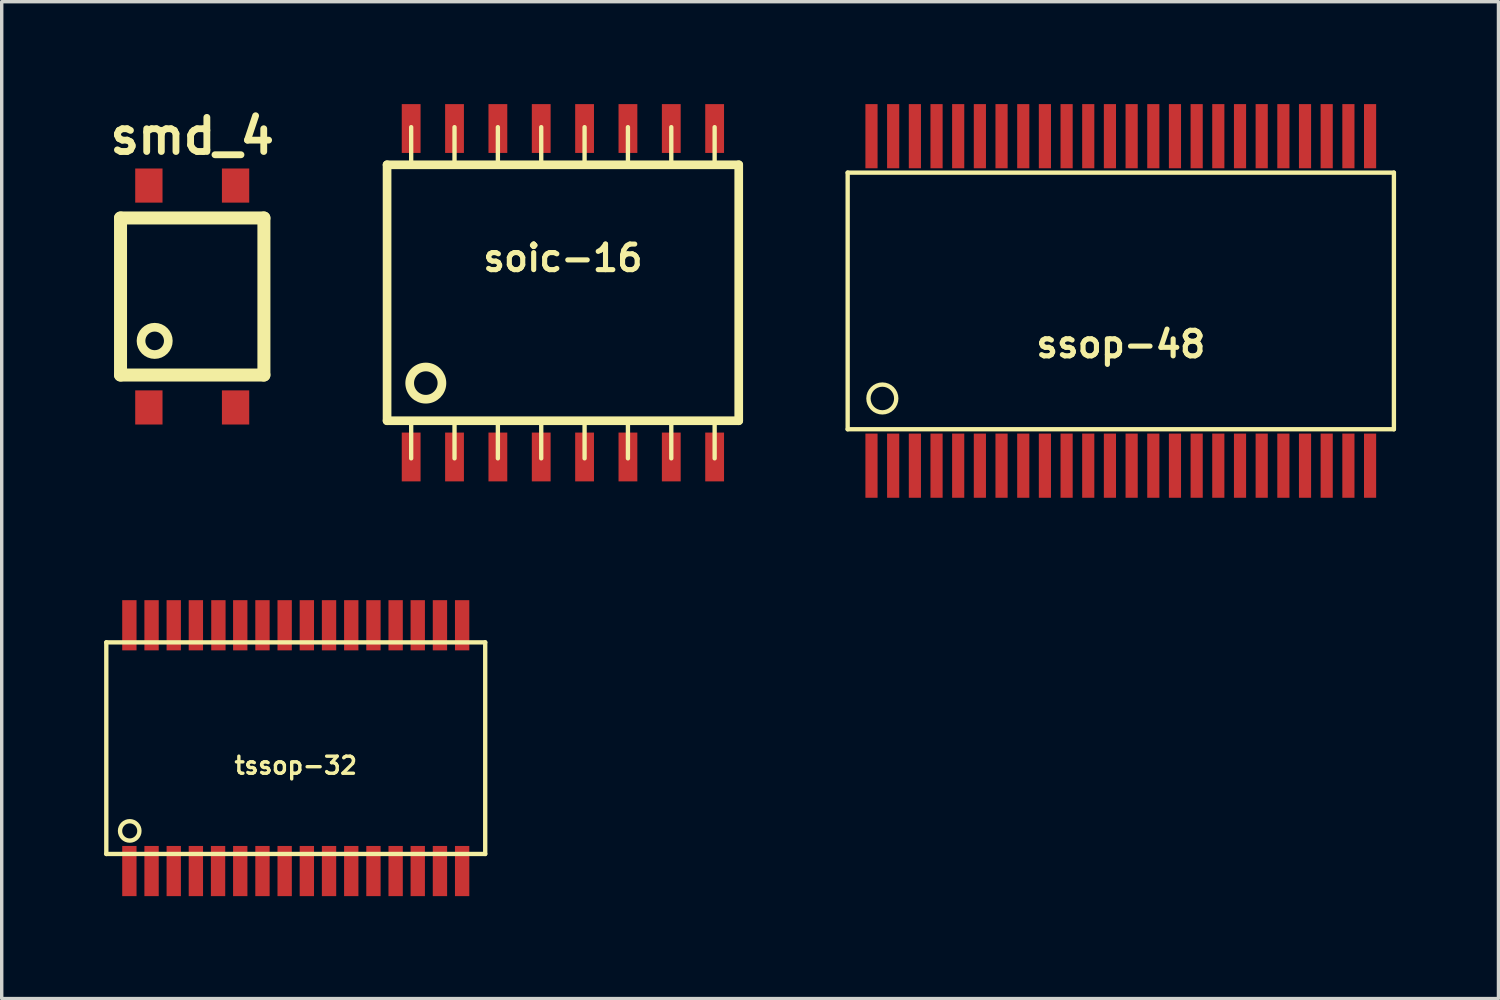
<source format=kicad_pcb>
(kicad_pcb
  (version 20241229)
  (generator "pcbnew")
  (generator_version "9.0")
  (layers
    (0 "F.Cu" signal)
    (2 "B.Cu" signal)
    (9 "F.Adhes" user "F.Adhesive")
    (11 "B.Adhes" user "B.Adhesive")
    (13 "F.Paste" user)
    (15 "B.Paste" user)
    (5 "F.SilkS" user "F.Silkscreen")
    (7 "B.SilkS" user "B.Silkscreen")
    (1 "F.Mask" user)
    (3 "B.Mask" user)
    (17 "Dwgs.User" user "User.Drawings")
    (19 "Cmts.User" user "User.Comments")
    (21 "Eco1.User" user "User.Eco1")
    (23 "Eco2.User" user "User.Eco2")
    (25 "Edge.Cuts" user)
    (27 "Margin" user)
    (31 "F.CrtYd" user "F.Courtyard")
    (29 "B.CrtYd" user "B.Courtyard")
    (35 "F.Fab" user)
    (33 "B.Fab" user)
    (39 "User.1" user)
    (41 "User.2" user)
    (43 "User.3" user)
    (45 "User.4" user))
  (footprint "soic-16"
    (layer "F.Cu")
    (at 13.44 5.526)
    (property "Reference" "soic-16" (at 0 -1.016 0) (layer "F.SilkS") (effects (font (size 0.749 0.749) (thickness 0.15))))
    (attr through_hole)
    (fp_line (start -5.151 -3.749) (end -5.151 3.749) (stroke (width 0.254) (type solid)) (layer "F.SilkS"))
    (fp_line (start -5.151 3.749) (end 5.151 3.749) (stroke (width 0.254) (type solid)) (layer "F.SilkS"))
    (fp_line (start -4.445 -3.759) (end -4.445 -4.851) (stroke (width 0.127) (type solid)) (layer "F.SilkS"))
    (fp_line (start -4.445 3.759) (end -4.445 4.851) (stroke (width 0.127) (type solid)) (layer "F.SilkS"))
    (fp_line (start -3.175 -3.759) (end -3.175 -4.851) (stroke (width 0.127) (type solid)) (layer "F.SilkS"))
    (fp_line (start -3.175 4.851) (end -3.175 3.759) (stroke (width 0.127) (type solid)) (layer "F.SilkS"))
    (fp_line (start -1.905 -4.851) (end -1.905 -3.759) (stroke (width 0.127) (type solid)) (layer "F.SilkS"))
    (fp_line (start -1.905 4.851) (end -1.905 3.759) (stroke (width 0.127) (type solid)) (layer "F.SilkS"))
    (fp_line (start -0.635 -4.851) (end -0.635 -3.759) (stroke (width 0.127) (type solid)) (layer "F.SilkS"))
    (fp_line (start -0.635 4.851) (end -0.635 3.759) (stroke (width 0.127) (type solid)) (layer "F.SilkS"))
    (fp_line (start 0.635 -4.851) (end 0.635 -3.759) (stroke (width 0.127) (type solid)) (layer "F.SilkS"))
    (fp_line (start 0.635 4.851) (end 0.635 3.759) (stroke (width 0.127) (type solid)) (layer "F.SilkS"))
    (fp_line (start 1.905 -3.759) (end 1.905 -4.851) (stroke (width 0.127) (type solid)) (layer "F.SilkS"))
    (fp_line (start 1.905 3.759) (end 1.905 4.851) (stroke (width 0.127) (type solid)) (layer "F.SilkS"))
    (fp_line (start 3.175 -3.759) (end 3.175 -4.851) (stroke (width 0.127) (type solid)) (layer "F.SilkS"))
    (fp_line (start 3.175 3.759) (end 3.175 4.851) (stroke (width 0.127) (type solid)) (layer "F.SilkS"))
    (fp_line (start 4.445 -3.759) (end 4.445 -4.851) (stroke (width 0.127) (type solid)) (layer "F.SilkS"))
    (fp_line (start 4.445 3.759) (end 4.445 4.851) (stroke (width 0.127) (type solid)) (layer "F.SilkS"))
    (fp_line (start 5.151 -3.749) (end -5.151 -3.749) (stroke (width 0.254) (type solid)) (layer "F.SilkS"))
    (fp_line (start 5.151 3.749) (end 5.151 -3.749) (stroke (width 0.254) (type solid)) (layer "F.SilkS"))
    (fp_circle (center -4.016 2.647) (end -4.295 3.028) (stroke (width 0.254) (type solid)) (fill no) (layer "F.SilkS"))
    (pad "1" smd rect (at -4.445 4.811) (size 0.551 1.43) (layers "F.Cu" "F.Mask" "F.Paste"))
    (pad "2" smd rect (at -3.175 4.811) (size 0.551 1.43) (layers "F.Cu" "F.Mask" "F.Paste"))
    (pad "3" smd rect (at -1.905 4.811) (size 0.551 1.43) (layers "F.Cu" "F.Mask" "F.Paste"))
    (pad "4" smd rect (at -0.635 4.811) (size 0.551 1.43) (layers "F.Cu" "F.Mask" "F.Paste"))
    (pad "5" smd rect (at 0.635 4.811) (size 0.551 1.43) (layers "F.Cu" "F.Mask" "F.Paste"))
    (pad "6" smd rect (at 1.905 4.811) (size 0.551 1.43) (layers "F.Cu" "F.Mask" "F.Paste"))
    (pad "7" smd rect (at 3.175 4.811) (size 0.551 1.43) (layers "F.Cu" "F.Mask" "F.Paste"))
    (pad "8" smd rect (at 4.445 4.811) (size 0.551 1.43) (layers "F.Cu" "F.Mask" "F.Paste"))
    (pad "9" smd rect (at 4.445 -4.811) (size 0.551 1.43) (layers "F.Cu" "F.Mask" "F.Paste"))
    (pad "10" smd rect (at 3.175 -4.811) (size 0.551 1.43) (layers "F.Cu" "F.Mask" "F.Paste"))
    (pad "11" smd rect (at 1.905 -4.811) (size 0.551 1.43) (layers "F.Cu" "F.Mask" "F.Paste"))
    (pad "12" smd rect (at 0.635 -4.811) (size 0.551 1.43) (layers "F.Cu" "F.Mask" "F.Paste"))
    (pad "13" smd rect (at -0.635 -4.811) (size 0.551 1.43) (layers "F.Cu" "F.Mask" "F.Paste"))
    (pad "14" smd rect (at -1.905 -4.811) (size 0.551 1.43) (layers "F.Cu" "F.Mask" "F.Paste"))
    (pad "15" smd rect (at -3.175 -4.811) (size 0.551 1.43) (layers "F.Cu" "F.Mask" "F.Paste"))
    (pad "16" smd rect (at -4.445 -4.811) (size 0.551 1.43) (layers "F.Cu" "F.Mask" "F.Paste")))
  (footprint "ssop-48"
    (layer "F.Cu")
    (at 29.783 5.766)
    (property "Reference" "ssop-48" (at 0 1.27 0) (layer "F.SilkS") (effects (font (size 0.749 0.749) (thickness 0.15))))
    (attr through_hole)
    (fp_line (start -8.001 -3.759) (end -8.001 3.759) (stroke (width 0.127) (type solid)) (layer "F.SilkS"))
    (fp_line (start -8.001 3.759) (end 8.001 3.759) (stroke (width 0.127) (type solid)) (layer "F.SilkS"))
    (fp_line (start 8.001 -3.759) (end -8.001 -3.759) (stroke (width 0.127) (type solid)) (layer "F.SilkS"))
    (fp_line (start 8.001 3.759) (end 8.001 -3.759) (stroke (width 0.127) (type solid)) (layer "F.SilkS"))
    (fp_circle (center -6.985 2.857) (end -7.239 3.175) (stroke (width 0.127) (type solid)) (fill no) (layer "F.SilkS"))
    (pad "1" smd rect (at -7.303 4.826) (size 0.356 1.88) (layers "F.Cu" "F.Mask" "F.Paste"))
    (pad "2" smd rect (at -6.668 4.826) (size 0.356 1.88) (layers "F.Cu" "F.Mask" "F.Paste"))
    (pad "3" smd rect (at -6.032 4.826) (size 0.356 1.88) (layers "F.Cu" "F.Mask" "F.Paste"))
    (pad "4" smd rect (at -5.397 4.826) (size 0.356 1.88) (layers "F.Cu" "F.Mask" "F.Paste"))
    (pad "5" smd rect (at -4.763 4.826) (size 0.356 1.88) (layers "F.Cu" "F.Mask" "F.Paste"))
    (pad "6" smd rect (at -4.128 4.826) (size 0.356 1.88) (layers "F.Cu" "F.Mask" "F.Paste"))
    (pad "7" smd rect (at -3.493 4.826) (size 0.356 1.88) (layers "F.Cu" "F.Mask" "F.Paste"))
    (pad "8" smd rect (at -2.857 4.826) (size 0.356 1.88) (layers "F.Cu" "F.Mask" "F.Paste"))
    (pad "9" smd rect (at -2.223 4.826) (size 0.356 1.88) (layers "F.Cu" "F.Mask" "F.Paste"))
    (pad "10" smd rect (at -1.587 4.826) (size 0.356 1.88) (layers "F.Cu" "F.Mask" "F.Paste"))
    (pad "11" smd rect (at -0.953 4.826) (size 0.356 1.88) (layers "F.Cu" "F.Mask" "F.Paste"))
    (pad "12" smd rect (at -0.318 4.826) (size 0.356 1.88) (layers "F.Cu" "F.Mask" "F.Paste"))
    (pad "13" smd rect (at 0.318 4.826) (size 0.356 1.88) (layers "F.Cu" "F.Mask" "F.Paste"))
    (pad "14" smd rect (at 0.953 4.826) (size 0.356 1.88) (layers "F.Cu" "F.Mask" "F.Paste"))
    (pad "15" smd rect (at 1.587 4.826) (size 0.356 1.88) (layers "F.Cu" "F.Mask" "F.Paste"))
    (pad "16" smd rect (at 2.223 4.826) (size 0.356 1.88) (layers "F.Cu" "F.Mask" "F.Paste"))
    (pad "17" smd rect (at 2.857 4.826) (size 0.356 1.88) (layers "F.Cu" "F.Mask" "F.Paste"))
    (pad "18" smd rect (at 3.493 4.826) (size 0.356 1.88) (layers "F.Cu" "F.Mask" "F.Paste"))
    (pad "19" smd rect (at 4.128 4.826) (size 0.356 1.88) (layers "F.Cu" "F.Mask" "F.Paste"))
    (pad "20" smd rect (at 4.763 4.826) (size 0.356 1.88) (layers "F.Cu" "F.Mask" "F.Paste"))
    (pad "21" smd rect (at 5.397 4.826) (size 0.356 1.88) (layers "F.Cu" "F.Mask" "F.Paste"))
    (pad "22" smd rect (at 6.032 4.826) (size 0.356 1.88) (layers "F.Cu" "F.Mask" "F.Paste"))
    (pad "23" smd rect (at 6.668 4.826) (size 0.356 1.88) (layers "F.Cu" "F.Mask" "F.Paste"))
    (pad "24" smd rect (at 7.303 4.826) (size 0.356 1.88) (layers "F.Cu" "F.Mask" "F.Paste"))
    (pad "25" smd rect (at 7.303 -4.826) (size 0.356 1.88) (layers "F.Cu" "F.Mask" "F.Paste"))
    (pad "26" smd rect (at 6.668 -4.826) (size 0.356 1.88) (layers "F.Cu" "F.Mask" "F.Paste"))
    (pad "27" smd rect (at 6.032 -4.826) (size 0.356 1.88) (layers "F.Cu" "F.Mask" "F.Paste"))
    (pad "28" smd rect (at 5.397 -4.826) (size 0.356 1.88) (layers "F.Cu" "F.Mask" "F.Paste"))
    (pad "29" smd rect (at 4.763 -4.826) (size 0.356 1.88) (layers "F.Cu" "F.Mask" "F.Paste"))
    (pad "30" smd rect (at 4.128 -4.826) (size 0.356 1.88) (layers "F.Cu" "F.Mask" "F.Paste"))
    (pad "31" smd rect (at 3.493 -4.826) (size 0.356 1.88) (layers "F.Cu" "F.Mask" "F.Paste"))
    (pad "32" smd rect (at 2.857 -4.826) (size 0.356 1.88) (layers "F.Cu" "F.Mask" "F.Paste"))
    (pad "33" smd rect (at 2.223 -4.826) (size 0.356 1.88) (layers "F.Cu" "F.Mask" "F.Paste"))
    (pad "34" smd rect (at 1.587 -4.826) (size 0.356 1.88) (layers "F.Cu" "F.Mask" "F.Paste"))
    (pad "35" smd rect (at 0.953 -4.826) (size 0.356 1.88) (layers "F.Cu" "F.Mask" "F.Paste"))
    (pad "36" smd rect (at 0.318 -4.826) (size 0.356 1.88) (layers "F.Cu" "F.Mask" "F.Paste"))
    (pad "37" smd rect (at -0.318 -4.826) (size 0.356 1.88) (layers "F.Cu" "F.Mask" "F.Paste"))
    (pad "38" smd rect (at -0.953 -4.826) (size 0.356 1.88) (layers "F.Cu" "F.Mask" "F.Paste"))
    (pad "39" smd rect (at -1.587 -4.826) (size 0.356 1.88) (layers "F.Cu" "F.Mask" "F.Paste"))
    (pad "40" smd rect (at -2.223 -4.826) (size 0.356 1.88) (layers "F.Cu" "F.Mask" "F.Paste"))
    (pad "41" smd rect (at -2.857 -4.826) (size 0.356 1.88) (layers "F.Cu" "F.Mask" "F.Paste"))
    (pad "42" smd rect (at -3.493 -4.826) (size 0.356 1.88) (layers "F.Cu" "F.Mask" "F.Paste"))
    (pad "43" smd rect (at -4.128 -4.826) (size 0.356 1.88) (layers "F.Cu" "F.Mask" "F.Paste"))
    (pad "44" smd rect (at -4.763 -4.826) (size 0.356 1.88) (layers "F.Cu" "F.Mask" "F.Paste"))
    (pad "45" smd rect (at -5.397 -4.826) (size 0.356 1.88) (layers "F.Cu" "F.Mask" "F.Paste"))
    (pad "46" smd rect (at -6.032 -4.826) (size 0.356 1.88) (layers "F.Cu" "F.Mask" "F.Paste"))
    (pad "47" smd rect (at -6.668 -4.826) (size 0.356 1.88) (layers "F.Cu" "F.Mask" "F.Paste"))
    (pad "48" smd rect (at -7.303 -4.826) (size 0.356 1.88) (layers "F.Cu" "F.Mask" "F.Paste")))
  (footprint "smd_4"
    (layer "F.Cu")
    (at 2.581 5.636)
    (property "Reference" "smd_4" (at 0 -4.7 0) (layer "F.SilkS") (effects (font (size 1 1) (thickness 0.2))))
    (attr through_hole)
    (fp_line (start -2.1 -2.3) (end -2.1 2.3) (stroke (width 0.381) (type solid)) (layer "F.SilkS"))
    (fp_line (start -2.1 2.3) (end 2.1 2.3) (stroke (width 0.381) (type solid)) (layer "F.SilkS"))
    (fp_line (start 2.1 -2.3) (end -2.1 -2.3) (stroke (width 0.381) (type solid)) (layer "F.SilkS"))
    (fp_line (start 2.1 2.3) (end 2.1 -2.3) (stroke (width 0.381) (type solid)) (layer "F.SilkS"))
    (fp_circle (center -1.1 1.3) (end -1.1 1.7) (stroke (width 0.254) (type solid)) (fill no) (layer "F.SilkS"))
    (pad "1" smd rect (at -1.27 3.25) (size 0.8 1) (layers "F.Cu" "F.Mask" "F.Paste"))
    (pad "2" smd rect (at 1.27 3.25) (size 0.8 1) (layers "F.Cu" "F.Mask" "F.Paste"))
    (pad "3" smd rect (at 1.27 -3.25) (size 0.8 1) (layers "F.Cu" "F.Mask" "F.Paste"))
    (pad "4" smd rect (at -1.27 -3.25) (size 0.8 1) (layers "F.Cu" "F.Mask" "F.Paste")))
  (footprint "tssop-32"
    (layer "F.Cu")
    (at 5.614 18.867)
    (property "Reference" "tssop-32" (at 0 0.508 0) (layer "F.SilkS") (effects (font (size 0.5 0.5) (thickness 0.099))))
    (attr through_hole)
    (fp_line (start -5.55 -3.1) (end -5.55 3.1) (stroke (width 0.127) (type solid)) (layer "F.SilkS"))
    (fp_line (start -5.55 3.1) (end 5.55 3.1) (stroke (width 0.127) (type solid)) (layer "F.SilkS"))
    (fp_line (start 5.55 -3.1) (end -5.55 -3.1) (stroke (width 0.127) (type solid)) (layer "F.SilkS"))
    (fp_line (start 5.55 3.1) (end 5.55 -3.1) (stroke (width 0.127) (type solid)) (layer "F.SilkS"))
    (fp_circle (center -4.864 2.424) (end -4.991 2.678) (stroke (width 0.127) (type solid)) (fill no) (layer "F.SilkS"))
    (pad "1" smd rect (at -4.874 3.6) (size 0.42 1.47) (layers "F.Cu" "F.Mask" "F.Paste"))
    (pad "2" smd rect (at -4.224 3.6) (size 0.42 1.47) (layers "F.Cu" "F.Mask" "F.Paste"))
    (pad "3" smd rect (at -3.574 3.6) (size 0.42 1.47) (layers "F.Cu" "F.Mask" "F.Paste"))
    (pad "4" smd rect (at -2.926 3.6) (size 0.42 1.47) (layers "F.Cu" "F.Mask" "F.Paste"))
    (pad "5" smd rect (at -2.276 3.6) (size 0.42 1.47) (layers "F.Cu" "F.Mask" "F.Paste"))
    (pad "6" smd rect (at -1.626 3.6) (size 0.42 1.47) (layers "F.Cu" "F.Mask" "F.Paste"))
    (pad "7" smd rect (at -0.975 3.6) (size 0.42 1.47) (layers "F.Cu" "F.Mask" "F.Paste"))
    (pad "8" smd rect (at -0.325 3.6) (size 0.42 1.47) (layers "F.Cu" "F.Mask" "F.Paste"))
    (pad "9" smd rect (at 0.325 3.6) (size 0.42 1.47) (layers "F.Cu" "F.Mask" "F.Paste"))
    (pad "10" smd rect (at 0.975 3.6) (size 0.42 1.47) (layers "F.Cu" "F.Mask" "F.Paste"))
    (pad "11" smd rect (at 1.626 3.6) (size 0.42 1.47) (layers "F.Cu" "F.Mask" "F.Paste"))
    (pad "12" smd rect (at 2.276 3.6) (size 0.42 1.47) (layers "F.Cu" "F.Mask" "F.Paste"))
    (pad "13" smd rect (at 2.926 3.6) (size 0.42 1.47) (layers "F.Cu" "F.Mask" "F.Paste"))
    (pad "14" smd rect (at 3.574 3.6) (size 0.42 1.47) (layers "F.Cu" "F.Mask" "F.Paste"))
    (pad "15" smd rect (at 4.224 3.6) (size 0.42 1.47) (layers "F.Cu" "F.Mask" "F.Paste"))
    (pad "16" smd rect (at 4.874 3.6) (size 0.42 1.47) (layers "F.Cu" "F.Mask" "F.Paste"))
    (pad "17" smd rect (at 4.874 -3.6) (size 0.42 1.47) (layers "F.Cu" "F.Mask" "F.Paste"))
    (pad "18" smd rect (at 4.224 -3.6) (size 0.42 1.47) (layers "F.Cu" "F.Mask" "F.Paste"))
    (pad "19" smd rect (at 3.574 -3.6) (size 0.42 1.47) (layers "F.Cu" "F.Mask" "F.Paste"))
    (pad "20" smd rect (at 2.926 -3.6) (size 0.42 1.47) (layers "F.Cu" "F.Mask" "F.Paste"))
    (pad "21" smd rect (at 2.276 -3.6) (size 0.42 1.47) (layers "F.Cu" "F.Mask" "F.Paste"))
    (pad "22" smd rect (at 1.626 -3.6) (size 0.42 1.47) (layers "F.Cu" "F.Mask" "F.Paste"))
    (pad "23" smd rect (at 0.975 -3.6) (size 0.42 1.47) (layers "F.Cu" "F.Mask" "F.Paste"))
    (pad "24" smd rect (at 0.325 -3.6) (size 0.42 1.47) (layers "F.Cu" "F.Mask" "F.Paste"))
    (pad "25" smd rect (at -0.325 -3.6) (size 0.42 1.47) (layers "F.Cu" "F.Mask" "F.Paste"))
    (pad "26" smd rect (at -0.975 -3.6) (size 0.42 1.47) (layers "F.Cu" "F.Mask" "F.Paste"))
    (pad "27" smd rect (at -1.626 -3.6) (size 0.42 1.47) (layers "F.Cu" "F.Mask" "F.Paste"))
    (pad "28" smd rect (at -2.266 -3.6) (size 0.42 1.47) (layers "F.Cu" "F.Mask" "F.Paste"))
    (pad "29" smd rect (at -2.926 -3.6) (size 0.42 1.47) (layers "F.Cu" "F.Mask" "F.Paste"))
    (pad "30" smd rect (at -3.574 -3.6) (size 0.42 1.47) (layers "F.Cu" "F.Mask" "F.Paste"))
    (pad "31" smd rect (at -4.224 -3.6) (size 0.42 1.47) (layers "F.Cu" "F.Mask" "F.Paste"))
    (pad "32" smd rect (at -4.874 -3.6) (size 0.42 1.47) (layers "F.Cu" "F.Mask" "F.Paste")))
  (gr_rect
    (start -3 -3)
    (end 40.847 26.202)
    (stroke (width 0.1) (type default))
    (fill no)
    (layer "Edge.Cuts")))
</source>
